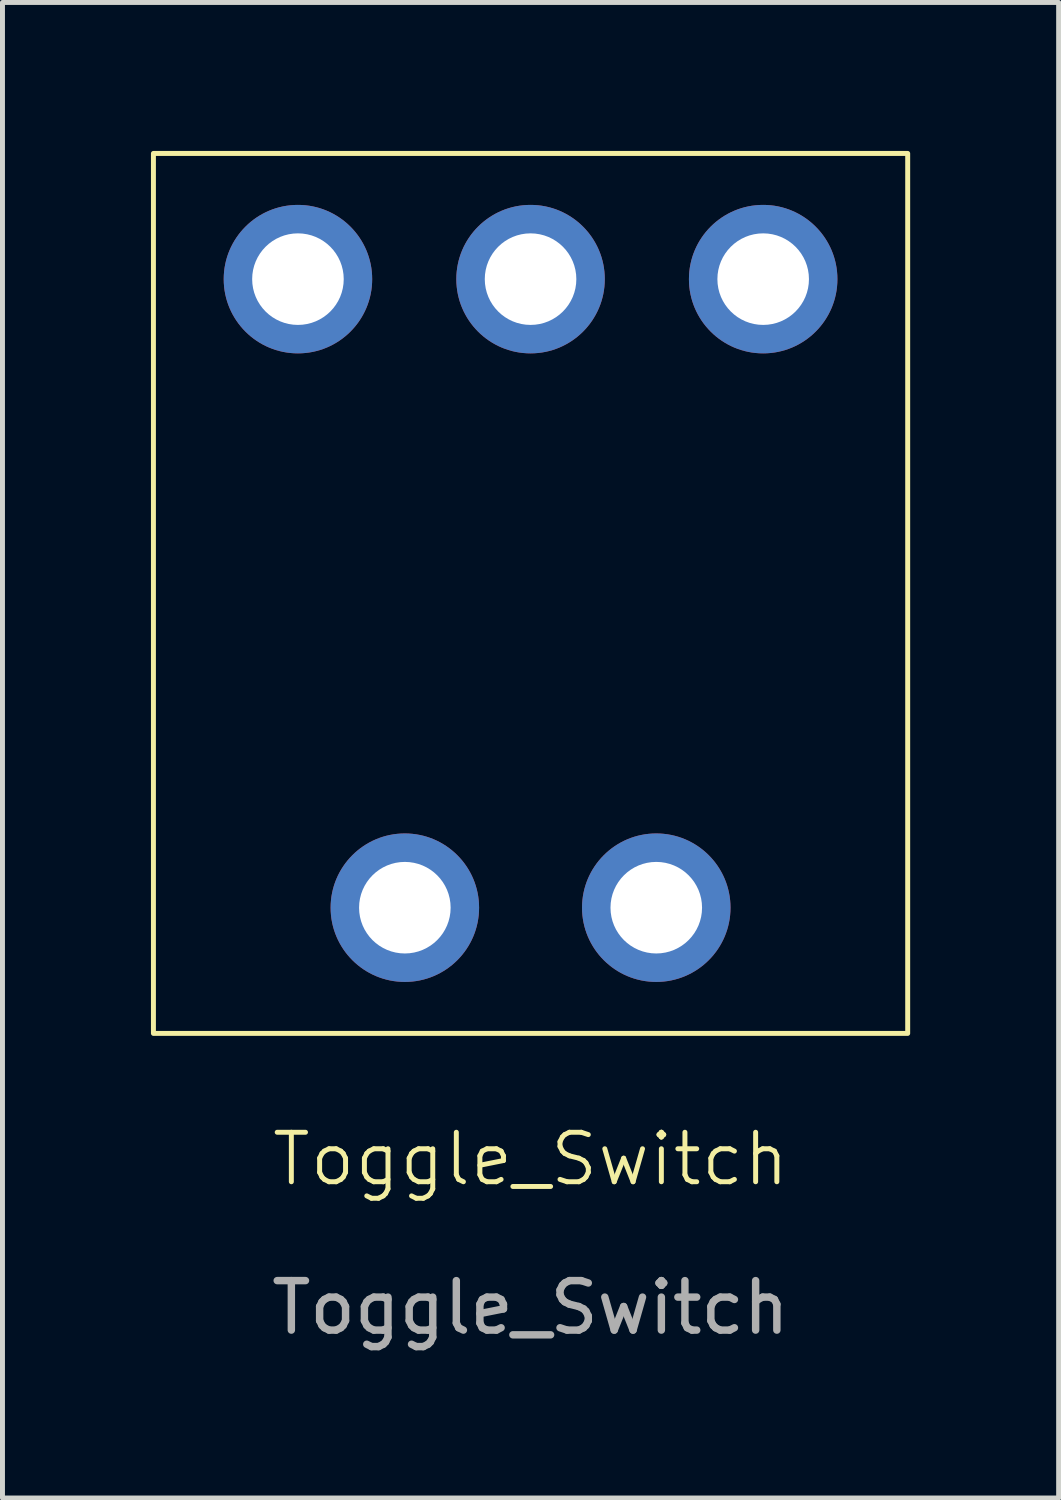
<source format=kicad_pcb>
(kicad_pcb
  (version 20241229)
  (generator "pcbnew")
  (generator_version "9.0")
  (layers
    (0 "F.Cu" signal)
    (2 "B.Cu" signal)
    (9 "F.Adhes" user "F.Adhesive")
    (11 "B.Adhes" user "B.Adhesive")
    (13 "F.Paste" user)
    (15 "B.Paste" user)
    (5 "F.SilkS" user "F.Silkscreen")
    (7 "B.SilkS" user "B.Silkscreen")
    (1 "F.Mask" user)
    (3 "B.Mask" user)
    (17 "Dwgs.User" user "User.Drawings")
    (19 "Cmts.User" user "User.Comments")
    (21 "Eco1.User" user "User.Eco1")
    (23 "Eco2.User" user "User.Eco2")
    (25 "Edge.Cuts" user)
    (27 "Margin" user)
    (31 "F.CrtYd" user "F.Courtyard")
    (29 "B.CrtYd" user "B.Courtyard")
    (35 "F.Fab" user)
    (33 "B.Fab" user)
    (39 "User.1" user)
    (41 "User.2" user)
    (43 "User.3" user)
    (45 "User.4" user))
  (footprint "Toggle_Switch"
    (layer "F.Cu")
    (at 7.67 15.29)
    (property "Reference" "Toggle_Switch" (at 0 5.08 0) (unlocked yes) (layer "F.SilkS") (effects (font (size 1 1) (thickness 0.1))))
    (attr through_hole)
    (fp_rect (start -7.62 -15.24) (end 7.62 2.54) (stroke (width 0.1) (type default)) (fill no) (layer "F.SilkS"))
    (fp_text user "${REFERENCE}" (at 0 8.08 0) (unlocked yes) (layer "F.Fab") (effects (font (size 1 1) (thickness 0.15))))
    (pad "1" thru_hole circle (at 4.7 -12.7) (size 3 3) (drill 1.85) (layers "*.Cu" "*.Mask"))
    (pad "2" thru_hole circle (at 0 -12.7) (size 3 3) (drill 1.85) (layers "*.Cu" "*.Mask"))
    (pad "3" thru_hole circle (at -4.7 -12.7) (size 3 3) (drill 1.85) (layers "*.Cu" "*.Mask"))
    (pad "4" thru_hole circle (at -2.54 0) (size 3 3) (drill 1.85) (layers "*.Cu" "*.Mask"))
    (pad "5" thru_hole circle (at 2.54 0) (size 3 3) (drill 1.85) (layers "*.Cu" "*.Mask")))
  (gr_rect
    (start -3 -3)
    (end 18.34 27.218)
    (stroke (width 0.1) (type default))
    (fill no)
    (layer "Edge.Cuts")))
</source>
